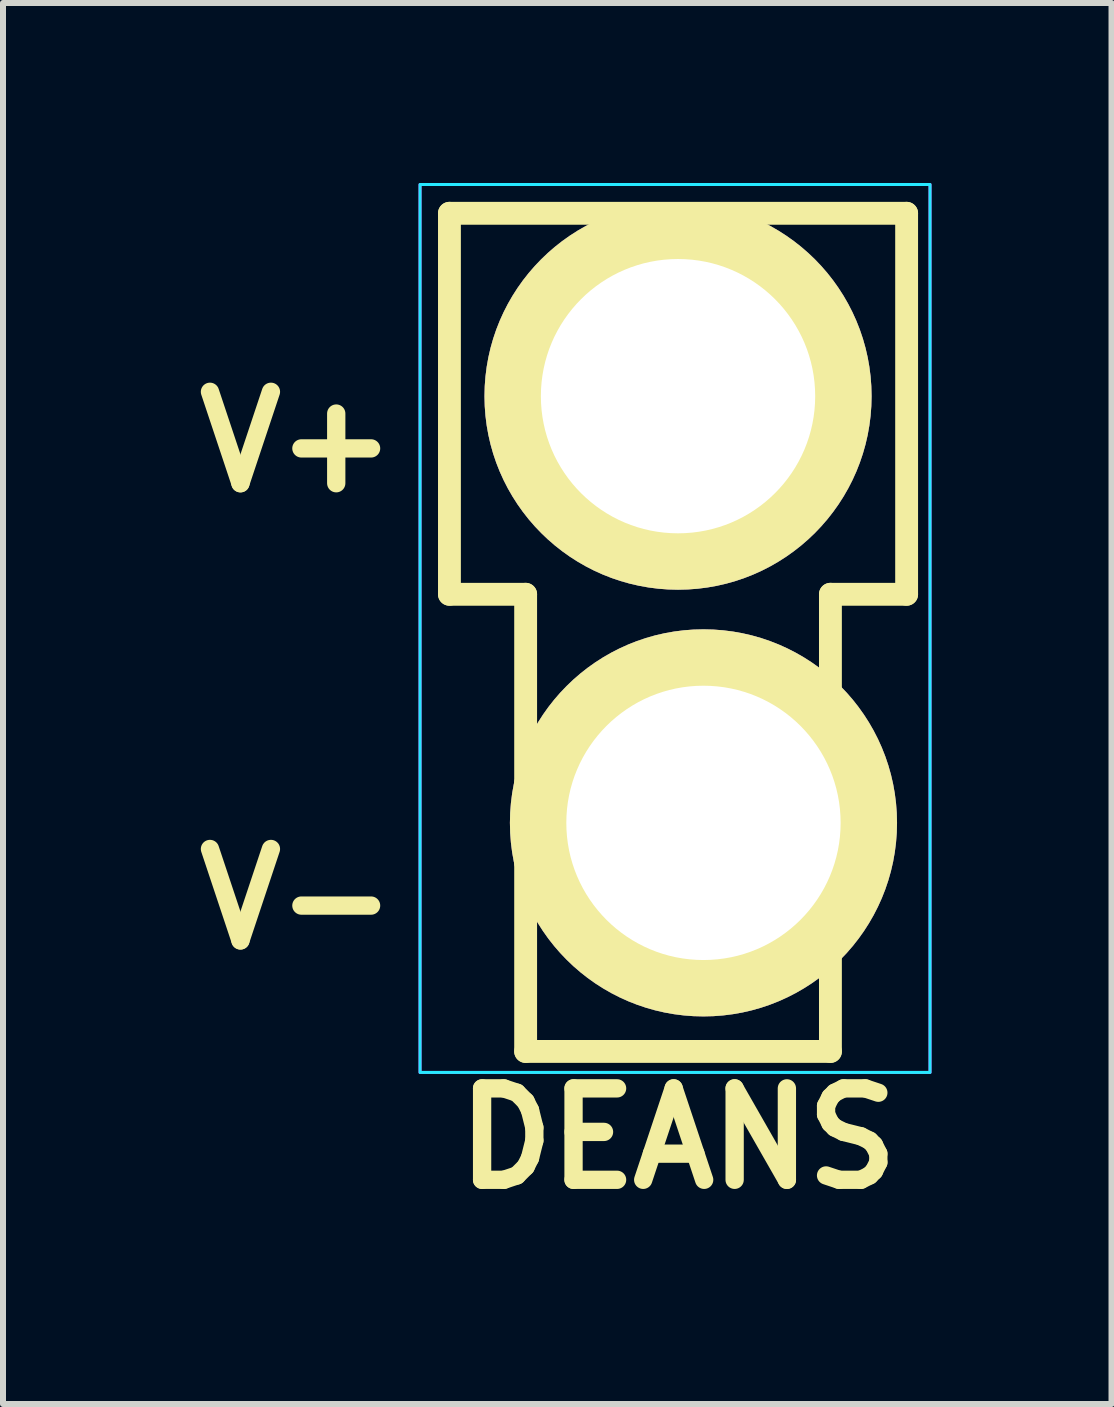
<source format=kicad_pcb>
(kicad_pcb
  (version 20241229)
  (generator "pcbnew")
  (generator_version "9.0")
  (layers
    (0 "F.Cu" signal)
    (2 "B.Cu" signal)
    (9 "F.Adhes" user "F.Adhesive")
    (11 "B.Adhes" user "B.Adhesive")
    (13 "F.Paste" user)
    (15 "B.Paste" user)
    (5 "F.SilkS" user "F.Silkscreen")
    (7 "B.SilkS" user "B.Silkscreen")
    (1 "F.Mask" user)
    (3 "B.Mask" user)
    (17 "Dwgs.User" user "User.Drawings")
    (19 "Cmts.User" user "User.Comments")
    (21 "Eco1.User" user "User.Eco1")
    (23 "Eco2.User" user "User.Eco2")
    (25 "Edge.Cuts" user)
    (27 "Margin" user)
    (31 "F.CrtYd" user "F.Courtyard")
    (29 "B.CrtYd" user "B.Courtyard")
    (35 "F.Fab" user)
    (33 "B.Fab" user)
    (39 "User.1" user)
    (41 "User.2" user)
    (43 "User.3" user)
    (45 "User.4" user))
  (footprint "DEANS"
    (layer "F.Cu")
    (at 8.251 8.125)
    (property "Reference" "DEANS" (at 0 7.8 0) (layer "F.SilkS") (effects (font (size 1.524 1.524) (thickness 0.305))))
    (attr through_hole)
    (fp_line (start -3.81 -7.62) (end 3.81 -7.62) (stroke (width 0.381) (type solid)) (layer "F.SilkS"))
    (fp_line (start -3.81 -1.27) (end -3.81 -7.62) (stroke (width 0.381) (type solid)) (layer "F.SilkS"))
    (fp_line (start -2.54 -1.27) (end -3.81 -1.27) (stroke (width 0.381) (type solid)) (layer "F.SilkS"))
    (fp_line (start -2.54 6.35) (end -2.54 -1.27) (stroke (width 0.381) (type solid)) (layer "F.SilkS"))
    (fp_line (start 2.54 -1.27) (end 2.54 6.35) (stroke (width 0.381) (type solid)) (layer "F.SilkS"))
    (fp_line (start 2.54 6.35) (end -2.54 6.35) (stroke (width 0.381) (type solid)) (layer "F.SilkS"))
    (fp_line (start 3.81 -7.62) (end 3.81 -1.27) (stroke (width 0.381) (type solid)) (layer "F.SilkS"))
    (fp_line (start 3.81 -1.27) (end 2.54 -1.27) (stroke (width 0.381) (type solid)) (layer "F.SilkS"))
    (fp_rect (start -4.3 -8.1) (end 4.2 6.7) (stroke (width 0.05) (type default)) (fill no) (layer "B.CrtYd"))
    (fp_rect (start -4.3 -8.1) (end 4.2 6.7) (stroke (width 0.05) (type default)) (fill no) (layer "F.CrtYd"))
    (fp_text user "V-" (at -6.35 3.81 0) (layer "F.SilkS") (effects (font (size 1.524 1.524) (thickness 0.305))))
    (fp_text user "V+" (at -6.35 -3.81 0) (layer "F.SilkS") (effects (font (size 1.524 1.524) (thickness 0.305))))
    (pad "1" thru_hole circle (at 0 -4.572) (size 6.452 6.452) (drill 4.572) (layers "*.Cu" "*.Mask" "F.SilkS"))
    (pad "2" thru_hole circle (at 0.424 2.54) (size 6.452 6.452) (drill 4.572) (layers "*.Cu" "*.Mask" "F.SilkS")))
  (gr_rect
    (start -3 -3)
    (end 15.476 20.351)
    (stroke (width 0.1) (type default))
    (fill no)
    (layer "Edge.Cuts")))
</source>
